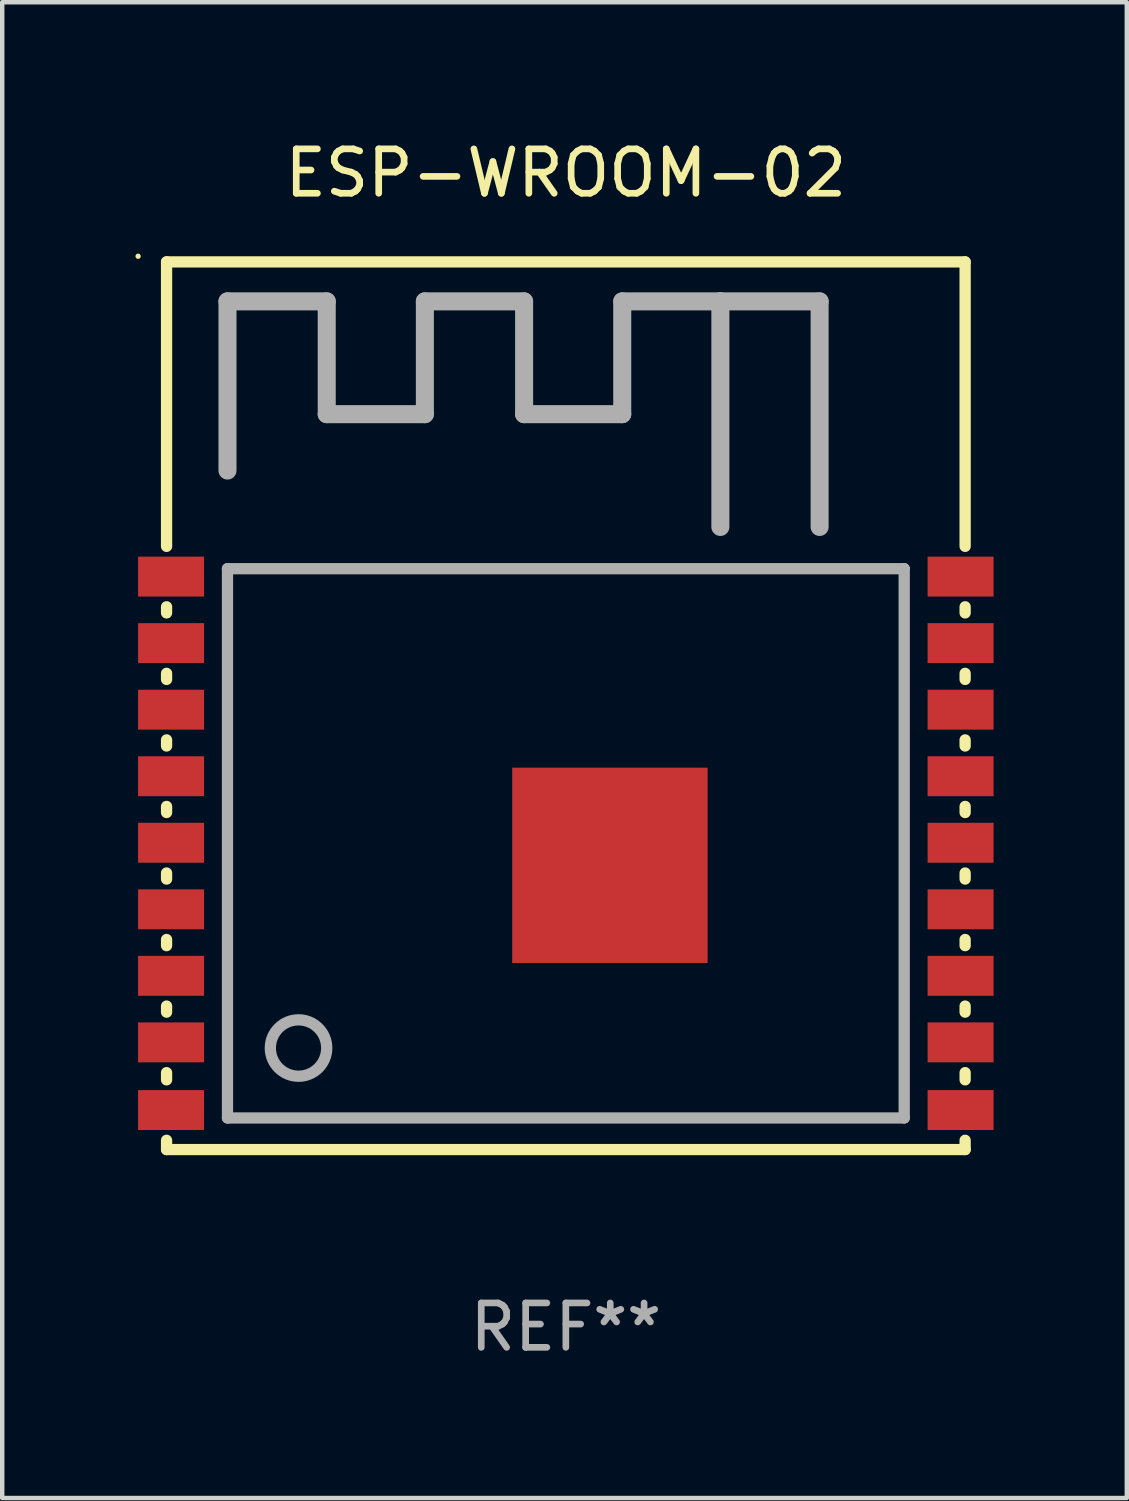
<source format=kicad_pcb>
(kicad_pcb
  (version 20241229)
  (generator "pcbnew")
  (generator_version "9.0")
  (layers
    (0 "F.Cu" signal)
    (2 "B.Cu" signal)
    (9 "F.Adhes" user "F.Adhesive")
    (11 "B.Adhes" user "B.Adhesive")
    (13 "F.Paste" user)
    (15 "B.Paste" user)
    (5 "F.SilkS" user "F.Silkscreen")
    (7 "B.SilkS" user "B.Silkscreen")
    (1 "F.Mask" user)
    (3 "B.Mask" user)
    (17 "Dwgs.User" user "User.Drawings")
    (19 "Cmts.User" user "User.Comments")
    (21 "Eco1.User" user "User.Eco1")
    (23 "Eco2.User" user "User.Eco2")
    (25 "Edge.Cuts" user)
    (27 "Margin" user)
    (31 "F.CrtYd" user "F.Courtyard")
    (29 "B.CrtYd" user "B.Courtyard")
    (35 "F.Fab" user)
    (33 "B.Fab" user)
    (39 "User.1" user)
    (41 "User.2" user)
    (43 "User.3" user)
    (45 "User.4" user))
  (footprint "ESP-WROOM-02"
    (layer "F.Cu")
    (at 9.693 12.843)
    (property "Reference" "ESP-WROOM-02" (at 0 -11.995 0) (layer "F.SilkS") (effects (font (size 1 1) (thickness 0.15))))
    (attr through_hole)
    (fp_line (start -8.992 -9.995) (end -8.992 -3.589) (stroke (width 0.254) (type solid)) (layer "F.SilkS"))
    (fp_line (start -8.992 -2.228) (end -8.992 -2.09) (stroke (width 0.254) (type solid)) (layer "F.SilkS"))
    (fp_line (start -8.992 -0.729) (end -8.992 -0.592) (stroke (width 0.254) (type solid)) (layer "F.SilkS"))
    (fp_line (start -8.992 0.77) (end -8.992 0.907) (stroke (width 0.254) (type solid)) (layer "F.SilkS"))
    (fp_line (start -8.992 2.268) (end -8.992 2.405) (stroke (width 0.254) (type solid)) (layer "F.SilkS"))
    (fp_line (start -8.992 3.767) (end -8.992 3.904) (stroke (width 0.254) (type solid)) (layer "F.SilkS"))
    (fp_line (start -8.992 5.265) (end -8.992 5.403) (stroke (width 0.254) (type solid)) (layer "F.SilkS"))
    (fp_line (start -8.992 6.764) (end -8.992 6.901) (stroke (width 0.254) (type solid)) (layer "F.SilkS"))
    (fp_line (start -8.992 8.263) (end -8.992 8.425) (stroke (width 0.254) (type solid)) (layer "F.SilkS"))
    (fp_line (start -8.992 9.787) (end -8.992 9.995) (stroke (width 0.254) (type solid)) (layer "F.SilkS"))
    (fp_line (start -8.992 9.995) (end 8.992 9.995) (stroke (width 0.254) (type solid)) (layer "F.SilkS"))
    (fp_line (start 8.992 -9.995) (end -8.992 -9.995) (stroke (width 0.254) (type solid)) (layer "F.SilkS"))
    (fp_line (start 8.992 -3.589) (end 8.992 -9.995) (stroke (width 0.254) (type solid)) (layer "F.SilkS"))
    (fp_line (start 8.992 -2.09) (end 8.992 -2.228) (stroke (width 0.254) (type solid)) (layer "F.SilkS"))
    (fp_line (start 8.992 -0.592) (end 8.992 -0.729) (stroke (width 0.254) (type solid)) (layer "F.SilkS"))
    (fp_line (start 8.992 0.907) (end 8.992 0.77) (stroke (width 0.254) (type solid)) (layer "F.SilkS"))
    (fp_line (start 8.992 2.405) (end 8.992 2.268) (stroke (width 0.254) (type solid)) (layer "F.SilkS"))
    (fp_line (start 8.992 3.904) (end 8.992 3.767) (stroke (width 0.254) (type solid)) (layer "F.SilkS"))
    (fp_line (start 8.992 5.403) (end 8.992 5.265) (stroke (width 0.254) (type solid)) (layer "F.SilkS"))
    (fp_line (start 8.992 6.901) (end 8.992 6.764) (stroke (width 0.254) (type solid)) (layer "F.SilkS"))
    (fp_line (start 8.992 8.425) (end 8.992 8.263) (stroke (width 0.254) (type solid)) (layer "F.SilkS"))
    (fp_line (start 8.992 9.995) (end 8.992 9.787) (stroke (width 0.254) (type solid)) (layer "F.SilkS"))
    (fp_circle (center -9.633 -10.122) (end -9.603 -10.122) (stroke (width 0.06) (type solid)) (fill no) (layer "F.SilkS"))
    (fp_line (start -7.62 -9.106) (end -5.385 -9.106) (stroke (width 0.406) (type solid)) (layer "F.Fab"))
    (fp_line (start -7.62 -5.296) (end -7.62 -9.106) (stroke (width 0.406) (type solid)) (layer "F.Fab"))
    (fp_line (start -7.62 -3.086) (end -7.62 9.284) (stroke (width 0.254) (type solid)) (layer "F.Fab"))
    (fp_line (start -7.62 9.284) (end 7.62 9.284) (stroke (width 0.254) (type solid)) (layer "F.Fab"))
    (fp_line (start -5.385 -9.106) (end -5.385 -6.566) (stroke (width 0.406) (type solid)) (layer "F.Fab"))
    (fp_line (start -5.385 -6.566) (end -3.175 -6.566) (stroke (width 0.406) (type solid)) (layer "F.Fab"))
    (fp_line (start -3.175 -9.106) (end -0.94 -9.106) (stroke (width 0.406) (type solid)) (layer "F.Fab"))
    (fp_line (start -3.175 -6.566) (end -3.175 -9.106) (stroke (width 0.406) (type solid)) (layer "F.Fab"))
    (fp_line (start -0.94 -9.106) (end -0.94 -6.566) (stroke (width 0.406) (type solid)) (layer "F.Fab"))
    (fp_line (start -0.94 -6.566) (end 1.27 -6.566) (stroke (width 0.406) (type solid)) (layer "F.Fab"))
    (fp_line (start 1.27 -9.106) (end 3.48 -9.106) (stroke (width 0.406) (type solid)) (layer "F.Fab"))
    (fp_line (start 1.27 -6.566) (end 1.27 -9.106) (stroke (width 0.406) (type solid)) (layer "F.Fab"))
    (fp_line (start 3.48 -9.106) (end 3.48 -4.026) (stroke (width 0.406) (type solid)) (layer "F.Fab"))
    (fp_line (start 3.48 -9.106) (end 5.715 -9.106) (stroke (width 0.406) (type solid)) (layer "F.Fab"))
    (fp_line (start 5.715 -9.106) (end 5.715 -4.026) (stroke (width 0.406) (type solid)) (layer "F.Fab"))
    (fp_line (start 7.62 -3.086) (end -7.62 -3.086) (stroke (width 0.254) (type solid)) (layer "F.Fab"))
    (fp_line (start 7.62 9.284) (end 7.62 -3.086) (stroke (width 0.254) (type solid)) (layer "F.Fab"))
    (fp_circle (center -6.02 7.709) (end -5.385 7.709) (stroke (width 0.254) (type solid)) (fill no) (layer "F.Fab"))
    (fp_text user "REF**" (at 0 13.995 0) (layer "F.Fab") (effects (font (size 1 1) (thickness 0.15))))
    (pad "1" smd rect (at -8.89 -2.908) (size 1.486 0.899) (layers "F.Cu" "F.Mask" "F.Paste"))
    (pad "2" smd rect (at -8.89 -1.41) (size 1.486 0.899) (layers "F.Cu" "F.Mask" "F.Paste"))
    (pad "3" smd rect (at -8.89 0.089) (size 1.486 0.899) (layers "F.Cu" "F.Mask" "F.Paste"))
    (pad "4" smd rect (at -8.89 1.588) (size 1.486 0.899) (layers "F.Cu" "F.Mask" "F.Paste"))
    (pad "5" smd rect (at -8.89 3.086) (size 1.486 0.899) (layers "F.Cu" "F.Mask" "F.Paste"))
    (pad "6" smd rect (at -8.89 4.585) (size 1.486 0.899) (layers "F.Cu" "F.Mask" "F.Paste"))
    (pad "7" smd rect (at -8.89 6.083) (size 1.486 0.899) (layers "F.Cu" "F.Mask" "F.Paste"))
    (pad "8" smd rect (at -8.89 7.582) (size 1.486 0.899) (layers "F.Cu" "F.Mask" "F.Paste"))
    (pad "9" smd rect (at -8.89 9.106) (size 1.486 0.899) (layers "F.Cu" "F.Mask" "F.Paste"))
    (pad "10" smd rect (at 8.89 9.106) (size 1.486 0.899) (layers "F.Cu" "F.Mask" "F.Paste"))
    (pad "11" smd rect (at 8.89 7.582) (size 1.486 0.899) (layers "F.Cu" "F.Mask" "F.Paste"))
    (pad "12" smd rect (at 8.89 6.083) (size 1.486 0.899) (layers "F.Cu" "F.Mask" "F.Paste"))
    (pad "13" smd rect (at 8.89 4.585) (size 1.486 0.899) (layers "F.Cu" "F.Mask" "F.Paste"))
    (pad "14" smd rect (at 8.89 3.086) (size 1.486 0.899) (layers "F.Cu" "F.Mask" "F.Paste"))
    (pad "15" smd rect (at 8.89 1.588) (size 1.486 0.899) (layers "F.Cu" "F.Mask" "F.Paste"))
    (pad "16" smd rect (at 8.89 0.089) (size 1.486 0.899) (layers "F.Cu" "F.Mask" "F.Paste"))
    (pad "17" smd rect (at 8.89 -1.41) (size 1.486 0.899) (layers "F.Cu" "F.Mask" "F.Paste"))
    (pad "18" smd rect (at 8.89 -2.908) (size 1.486 0.899) (layers "F.Cu" "F.Mask" "F.Paste"))
    (pad "19" smd rect (at 0.992 3.595) (size 4.4 4.4) (layers "F.Cu" "F.Mask" "F.Paste")))
  (gr_rect
    (start -3 -3)
    (end 22.326 30.686)
    (stroke (width 0.1) (type default))
    (fill no)
    (layer "Edge.Cuts")))
</source>
